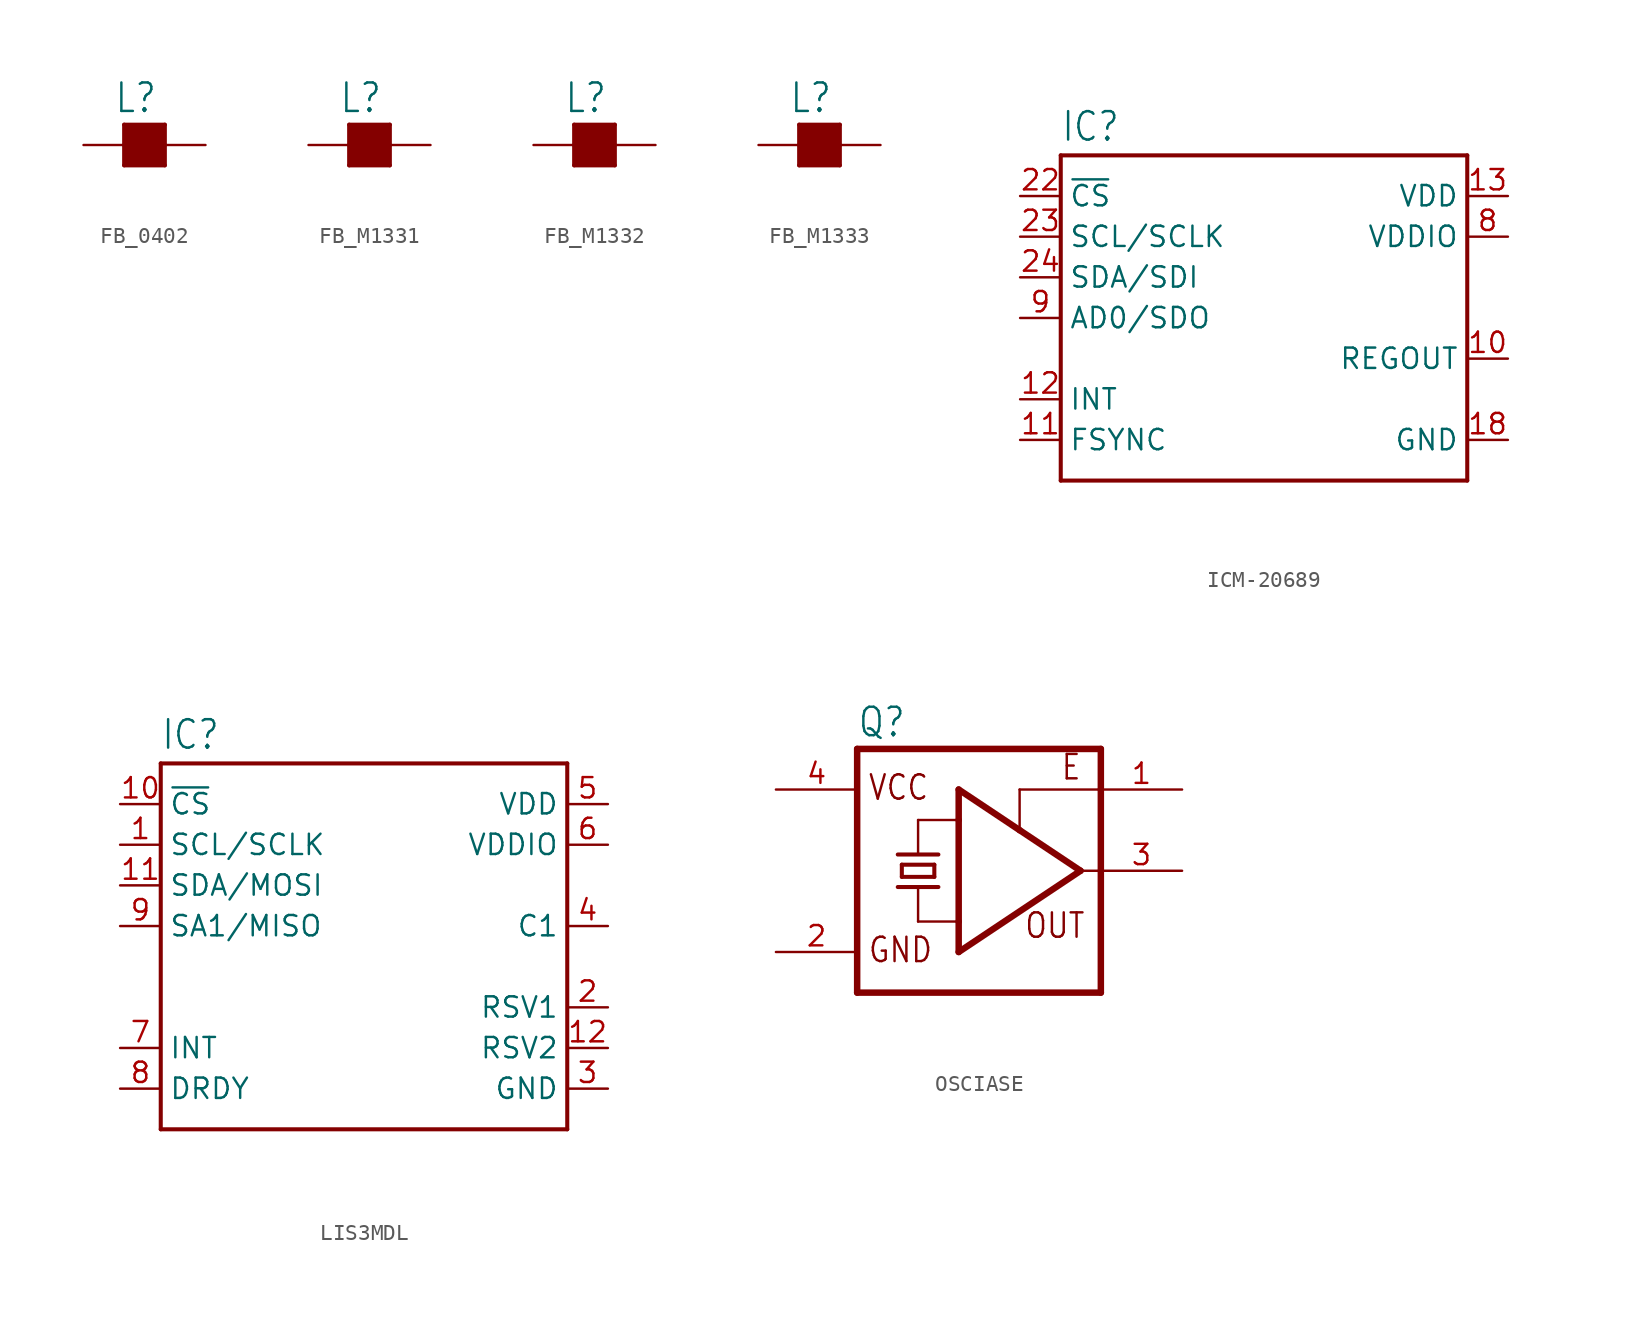
<source format=kicad_sym>
(kicad_symbol_lib
  (version 20231120)
  (generator "kicad_symbol_editor")
  (generator_version "8.0")
  (symbol "FB_0402"
    (property "Reference" "L"
      (at -0.635 1.905 0)
      (effects (font (size 1.778 1.511)) (justify left bottom)))
    (property "Value" ""
      (at -2.54 -3.81 0)
      (effects (font (size 1.778 1.511)) (justify left bottom)))
    (property "ki_locked" ""
      (at 0 0 0)
      (effects (font (size 1.27 1.27))))
    (symbol "FB_0402_1_0"
      (rectangle (start 0 -1.27) (end 2.54 1.27) (stroke (width 0) (type default)) (fill (type outline)))
      (polyline (pts (xy 0 -1.27) (xy 0 0)) (stroke (width 0.254) (type solid)) (fill (type none)))
      (polyline (pts (xy 0 0) (xy 0 1.27)) (stroke (width 0.254) (type solid)) (fill (type none)))
      (polyline (pts (xy 0 0) (xy 2.54 0)) (stroke (width 0.152) (type solid)) (fill (type none)))
      (polyline (pts (xy 0 1.27) (xy 2.54 1.27)) (stroke (width 0.254) (type solid)) (fill (type none)))
      (polyline (pts (xy 2.54 -1.27) (xy 0 -1.27)) (stroke (width 0.254) (type solid)) (fill (type none)))
      (polyline (pts (xy 2.54 0) (xy 2.54 -1.27)) (stroke (width 0.254) (type solid)) (fill (type none)))
      (polyline (pts (xy 2.54 1.27) (xy 2.54 0)) (stroke (width 0.254) (type solid)) (fill (type none)))
      (pin passive line (at -2.54 0 0) (length 2.54) (name "1" (effects (font (size 0 0)))) (number "1" (effects (font (size 0 0)))))
      (pin passive line (at 5.08 0 180) (length 2.54) (name "2" (effects (font (size 0 0)))) (number "2" (effects (font (size 0 0)))))))
  (symbol "FB_M1331"
    (property "Reference" "L"
      (at -0.635 1.905 0)
      (effects (font (size 1.778 1.511)) (justify left bottom)))
    (property "Value" ""
      (at -2.54 -3.81 0)
      (effects (font (size 1.778 1.511)) (justify left bottom)))
    (property "ki_locked" ""
      (at 0 0 0)
      (effects (font (size 1.27 1.27))))
    (symbol "FB_M1331_1_0"
      (rectangle (start 0 -1.27) (end 2.54 1.27) (stroke (width 0) (type default)) (fill (type outline)))
      (polyline (pts (xy 0 -1.27) (xy 0 0)) (stroke (width 0.254) (type solid)) (fill (type none)))
      (polyline (pts (xy 0 0) (xy 0 1.27)) (stroke (width 0.254) (type solid)) (fill (type none)))
      (polyline (pts (xy 0 0) (xy 2.54 0)) (stroke (width 0.152) (type solid)) (fill (type none)))
      (polyline (pts (xy 0 1.27) (xy 2.54 1.27)) (stroke (width 0.254) (type solid)) (fill (type none)))
      (polyline (pts (xy 2.54 -1.27) (xy 0 -1.27)) (stroke (width 0.254) (type solid)) (fill (type none)))
      (polyline (pts (xy 2.54 0) (xy 2.54 -1.27)) (stroke (width 0.254) (type solid)) (fill (type none)))
      (polyline (pts (xy 2.54 1.27) (xy 2.54 0)) (stroke (width 0.254) (type solid)) (fill (type none)))
      (pin passive line (at -2.54 0 0) (length 2.54) (name "1" (effects (font (size 0 0)))) (number "1" (effects (font (size 0 0)))))
      (pin passive line (at 5.08 0 180) (length 2.54) (name "2" (effects (font (size 0 0)))) (number "2" (effects (font (size 0 0)))))))
  (symbol "FB_M1332"
    (property "Reference" "L"
      (at -0.635 1.905 0)
      (effects (font (size 1.778 1.511)) (justify left bottom)))
    (property "Value" ""
      (at -2.54 -3.81 0)
      (effects (font (size 1.778 1.511)) (justify left bottom)))
    (property "ki_locked" ""
      (at 0 0 0)
      (effects (font (size 1.27 1.27))))
    (symbol "FB_M1332_1_0"
      (rectangle (start 0 -1.27) (end 2.54 1.27) (stroke (width 0) (type default)) (fill (type outline)))
      (polyline (pts (xy 0 -1.27) (xy 0 0)) (stroke (width 0.254) (type solid)) (fill (type none)))
      (polyline (pts (xy 0 0) (xy 0 1.27)) (stroke (width 0.254) (type solid)) (fill (type none)))
      (polyline (pts (xy 0 0) (xy 2.54 0)) (stroke (width 0.152) (type solid)) (fill (type none)))
      (polyline (pts (xy 0 1.27) (xy 2.54 1.27)) (stroke (width 0.254) (type solid)) (fill (type none)))
      (polyline (pts (xy 2.54 -1.27) (xy 0 -1.27)) (stroke (width 0.254) (type solid)) (fill (type none)))
      (polyline (pts (xy 2.54 0) (xy 2.54 -1.27)) (stroke (width 0.254) (type solid)) (fill (type none)))
      (polyline (pts (xy 2.54 1.27) (xy 2.54 0)) (stroke (width 0.254) (type solid)) (fill (type none)))
      (pin passive line (at -2.54 0 0) (length 2.54) (name "1" (effects (font (size 0 0)))) (number "1" (effects (font (size 0 0)))))
      (pin passive line (at 5.08 0 180) (length 2.54) (name "2" (effects (font (size 0 0)))) (number "2" (effects (font (size 0 0)))))))
  (symbol "FB_M1333"
    (property "Reference" "L"
      (at -0.635 1.905 0)
      (effects (font (size 1.778 1.511)) (justify left bottom)))
    (property "Value" ""
      (at -2.54 -3.81 0)
      (effects (font (size 1.778 1.511)) (justify left bottom)))
    (property "ki_locked" ""
      (at 0 0 0)
      (effects (font (size 1.27 1.27))))
    (symbol "FB_M1333_1_0"
      (rectangle (start 0 -1.27) (end 2.54 1.27) (stroke (width 0) (type default)) (fill (type outline)))
      (polyline (pts (xy 0 -1.27) (xy 0 0)) (stroke (width 0.254) (type solid)) (fill (type none)))
      (polyline (pts (xy 0 0) (xy 0 1.27)) (stroke (width 0.254) (type solid)) (fill (type none)))
      (polyline (pts (xy 0 0) (xy 2.54 0)) (stroke (width 0.152) (type solid)) (fill (type none)))
      (polyline (pts (xy 0 1.27) (xy 2.54 1.27)) (stroke (width 0.254) (type solid)) (fill (type none)))
      (polyline (pts (xy 2.54 -1.27) (xy 0 -1.27)) (stroke (width 0.254) (type solid)) (fill (type none)))
      (polyline (pts (xy 2.54 0) (xy 2.54 -1.27)) (stroke (width 0.254) (type solid)) (fill (type none)))
      (polyline (pts (xy 2.54 1.27) (xy 2.54 0)) (stroke (width 0.254) (type solid)) (fill (type none)))
      (pin passive line (at -2.54 0 0) (length 2.54) (name "1" (effects (font (size 0 0)))) (number "1" (effects (font (size 0 0)))))
      (pin passive line (at 5.08 0 180) (length 2.54) (name "2" (effects (font (size 0 0)))) (number "2" (effects (font (size 0 0)))))))
  (symbol "ICM-20689"
    (property "Reference" "IC"
      (at -12.7 10.922 0)
      (effects (font (size 1.778 1.511)) (justify left bottom)))
    (property "Value" ""
      (at -12.7 -12.7 0)
      (effects (font (size 1.778 1.511)) (justify left bottom)))
    (property "ki_locked" ""
      (at 0 0 0)
      (effects (font (size 1.27 1.27))))
    (symbol "ICM-20689_1_0"
      (polyline (pts (xy -12.7 -10.16) (xy 12.7 -10.16)) (stroke (width 0.254) (type solid)) (fill (type none)))
      (polyline (pts (xy -12.7 10.16) (xy -12.7 -10.16)) (stroke (width 0.254) (type solid)) (fill (type none)))
      (polyline (pts (xy 12.7 -10.16) (xy 12.7 10.16)) (stroke (width 0.254) (type solid)) (fill (type none)))
      (polyline (pts (xy 12.7 10.16) (xy -12.7 10.16)) (stroke (width 0.254) (type solid)) (fill (type none)))
      (pin bidirectional line (at 15.24 -2.54 180) (length 2.54) (name "REGOUT" (effects (font (size 1.27 1.27)))) (number "10" (effects (font (size 1.27 1.27)))))
      (pin bidirectional line (at -15.24 -7.62 0) (length 2.54) (name "FSYNC" (effects (font (size 1.27 1.27)))) (number "11" (effects (font (size 1.27 1.27)))))
      (pin bidirectional line (at -15.24 -5.08 0) (length 2.54) (name "INT" (effects (font (size 1.27 1.27)))) (number "12" (effects (font (size 1.27 1.27)))))
      (pin bidirectional line (at 15.24 7.62 180) (length 2.54) (name "VDD" (effects (font (size 1.27 1.27)))) (number "13" (effects (font (size 1.27 1.27)))))
      (pin bidirectional line (at 15.24 -7.62 180) (length 2.54) (name "GND" (effects (font (size 1.27 1.27)))) (number "18" (effects (font (size 1.27 1.27)))))
      (pin bidirectional line (at -15.24 7.62 0) (length 2.54) (name "~{CS}" (effects (font (size 1.27 1.27)))) (number "22" (effects (font (size 1.27 1.27)))))
      (pin bidirectional line (at -15.24 5.08 0) (length 2.54) (name "SCL/SCLK" (effects (font (size 1.27 1.27)))) (number "23" (effects (font (size 1.27 1.27)))))
      (pin bidirectional line (at -15.24 2.54 0) (length 2.54) (name "SDA/SDI" (effects (font (size 1.27 1.27)))) (number "24" (effects (font (size 1.27 1.27)))))
      (pin bidirectional line (at 15.24 5.08 180) (length 2.54) (name "VDDIO" (effects (font (size 1.27 1.27)))) (number "8" (effects (font (size 1.27 1.27)))))
      (pin bidirectional line (at -15.24 0 0) (length 2.54) (name "AD0/SDO" (effects (font (size 1.27 1.27)))) (number "9" (effects (font (size 1.27 1.27)))))))
  (symbol "LIS3MDL"
    (property "Reference" "IC"
      (at -12.7 13.462 0)
      (effects (font (size 1.778 1.511)) (justify left bottom)))
    (property "Value" ""
      (at -12.7 -12.7 0)
      (effects (font (size 1.778 1.511)) (justify left bottom)))
    (property "ki_locked" ""
      (at 0 0 0)
      (effects (font (size 1.27 1.27))))
    (symbol "LIS3MDL_1_0"
      (polyline (pts (xy -12.7 -10.16) (xy 12.7 -10.16)) (stroke (width 0.254) (type solid)) (fill (type none)))
      (polyline (pts (xy -12.7 12.7) (xy -12.7 -10.16)) (stroke (width 0.254) (type solid)) (fill (type none)))
      (polyline (pts (xy 12.7 -10.16) (xy 12.7 12.7)) (stroke (width 0.254) (type solid)) (fill (type none)))
      (polyline (pts (xy 12.7 12.7) (xy -12.7 12.7)) (stroke (width 0.254) (type solid)) (fill (type none)))
      (pin bidirectional line (at -15.24 7.62 0) (length 2.54) (name "SCL/SCLK" (effects (font (size 1.27 1.27)))) (number "1" (effects (font (size 1.27 1.27)))))
      (pin bidirectional line (at -15.24 10.16 0) (length 2.54) (name "~{CS}" (effects (font (size 1.27 1.27)))) (number "10" (effects (font (size 1.27 1.27)))))
      (pin bidirectional line (at -15.24 5.08 0) (length 2.54) (name "SDA/MOSI" (effects (font (size 1.27 1.27)))) (number "11" (effects (font (size 1.27 1.27)))))
      (pin bidirectional line (at 15.24 -5.08 180) (length 2.54) (name "RSV2" (effects (font (size 1.27 1.27)))) (number "12" (effects (font (size 1.27 1.27)))))
      (pin bidirectional line (at 15.24 -2.54 180) (length 2.54) (name "RSV1" (effects (font (size 1.27 1.27)))) (number "2" (effects (font (size 1.27 1.27)))))
      (pin bidirectional line (at 15.24 -7.62 180) (length 2.54) (name "GND" (effects (font (size 1.27 1.27)))) (number "3" (effects (font (size 1.27 1.27)))))
      (pin bidirectional line (at 15.24 2.54 180) (length 2.54) (name "C1" (effects (font (size 1.27 1.27)))) (number "4" (effects (font (size 1.27 1.27)))))
      (pin bidirectional line (at 15.24 10.16 180) (length 2.54) (name "VDD" (effects (font (size 1.27 1.27)))) (number "5" (effects (font (size 1.27 1.27)))))
      (pin bidirectional line (at 15.24 7.62 180) (length 2.54) (name "VDDIO" (effects (font (size 1.27 1.27)))) (number "6" (effects (font (size 1.27 1.27)))))
      (pin bidirectional line (at -15.24 -5.08 0) (length 2.54) (name "INT" (effects (font (size 1.27 1.27)))) (number "7" (effects (font (size 1.27 1.27)))))
      (pin bidirectional line (at -15.24 -7.62 0) (length 2.54) (name "DRDY" (effects (font (size 1.27 1.27)))) (number "8" (effects (font (size 1.27 1.27)))))
      (pin bidirectional line (at -15.24 2.54 0) (length 2.54) (name "SA1/MISO" (effects (font (size 1.27 1.27)))) (number "9" (effects (font (size 1.27 1.27)))))))
  (symbol "OSCIASE"
    (property "Reference" "Q"
      (at -7.62 8.255 0)
      (effects (font (size 1.778 1.511)) (justify left bottom)))
    (property "Value" ""
      (at -7.62 -10.16 0)
      (effects (font (size 1.778 1.511)) (justify left bottom)))
    (property "ki_locked" ""
      (at 0 0 0)
      (effects (font (size 1.27 1.27))))
    (symbol "OSCIASE_1_0"
      (polyline (pts (xy -7.62 7.62) (xy -7.62 -7.62)) (stroke (width 0.406) (type solid)) (fill (type none)))
      (polyline (pts (xy -7.62 7.62) (xy 7.62 7.62)) (stroke (width 0.406) (type solid)) (fill (type none)))
      (polyline (pts (xy -5.08 -1.016) (xy -3.81 -1.016)) (stroke (width 0.254) (type solid)) (fill (type none)))
      (polyline (pts (xy -5.08 1.016) (xy -2.54 1.016)) (stroke (width 0.254) (type solid)) (fill (type none)))
      (polyline (pts (xy -4.826 -0.381) (xy -4.826 0.381)) (stroke (width 0.254) (type solid)) (fill (type none)))
      (polyline (pts (xy -4.826 -0.381) (xy -2.794 -0.381)) (stroke (width 0.254) (type solid)) (fill (type none)))
      (polyline (pts (xy -4.826 0.381) (xy -2.794 0.381)) (stroke (width 0.254) (type solid)) (fill (type none)))
      (polyline (pts (xy -3.81 -3.175) (xy -3.81 -1.016)) (stroke (width 0.152) (type solid)) (fill (type none)))
      (polyline (pts (xy -3.81 -3.175) (xy -1.27 -3.175)) (stroke (width 0.152) (type solid)) (fill (type none)))
      (polyline (pts (xy -3.81 -1.016) (xy -2.54 -1.016)) (stroke (width 0.254) (type solid)) (fill (type none)))
      (polyline (pts (xy -3.81 1.016) (xy -3.81 3.175)) (stroke (width 0.152) (type solid)) (fill (type none)))
      (polyline (pts (xy -3.81 3.175) (xy -1.27 3.175)) (stroke (width 0.152) (type solid)) (fill (type none)))
      (polyline (pts (xy -2.794 0.381) (xy -2.794 -0.381)) (stroke (width 0.254) (type solid)) (fill (type none)))
      (polyline (pts (xy -1.27 -5.08) (xy -1.27 -3.175)) (stroke (width 0.406) (type solid)) (fill (type none)))
      (polyline (pts (xy -1.27 -3.175) (xy -1.27 3.175)) (stroke (width 0.406) (type solid)) (fill (type none)))
      (polyline (pts (xy -1.27 3.175) (xy -1.27 5.08)) (stroke (width 0.406) (type solid)) (fill (type none)))
      (polyline (pts (xy -1.27 5.08) (xy 2.54 2.54)) (stroke (width 0.406) (type solid)) (fill (type none)))
      (polyline (pts (xy 2.54 2.54) (xy 6.35 0)) (stroke (width 0.406) (type solid)) (fill (type none)))
      (polyline (pts (xy 2.54 5.08) (xy 2.54 2.54)) (stroke (width 0.152) (type solid)) (fill (type none)))
      (polyline (pts (xy 6.35 0) (xy -1.27 -5.08)) (stroke (width 0.406) (type solid)) (fill (type none)))
      (polyline (pts (xy 6.35 0) (xy 7.62 0)) (stroke (width 0.152) (type solid)) (fill (type none)))
      (polyline (pts (xy 7.62 -7.62) (xy -7.62 -7.62)) (stroke (width 0.406) (type solid)) (fill (type none)))
      (polyline (pts (xy 7.62 -7.62) (xy 7.62 0)) (stroke (width 0.406) (type solid)) (fill (type none)))
      (polyline (pts (xy 7.62 0) (xy 7.62 5.08)) (stroke (width 0.406) (type solid)) (fill (type none)))
      (polyline (pts (xy 7.62 5.08) (xy 2.54 5.08)) (stroke (width 0.152) (type solid)) (fill (type none)))
      (polyline (pts (xy 7.62 5.08) (xy 7.62 7.62)) (stroke (width 0.406) (type solid)) (fill (type none)))
      (text "E" (at 5.08 5.588 0) (effects (font (size 1.524 1.295)) (justify left bottom)))
      (text "GND" (at -6.985 -5.842 0) (effects (font (size 1.524 1.295)) (justify left bottom)))
      (text "OUT" (at 2.794 -4.318 0) (effects (font (size 1.524 1.295)) (justify left bottom)))
      (text "VCC" (at -6.985 4.318 0) (effects (font (size 1.524 1.295)) (justify left bottom)))
      (pin input line (at 12.7 5.08 180) (length 5.08) (name "OE" (effects (font (size 0 0)))) (number "1" (effects (font (size 1.27 1.27)))))
      (pin power_in line (at -12.7 -5.08 0) (length 5.08) (name "GND" (effects (font (size 0 0)))) (number "2" (effects (font (size 1.27 1.27)))))
      (pin output line (at 12.7 0 180) (length 5.08) (name "FO" (effects (font (size 0 0)))) (number "3" (effects (font (size 1.27 1.27)))))
      (pin power_in line (at -12.7 5.08 0) (length 5.08) (name "VCC" (effects (font (size 0 0)))) (number "4" (effects (font (size 1.27 1.27))))))))
</source>
